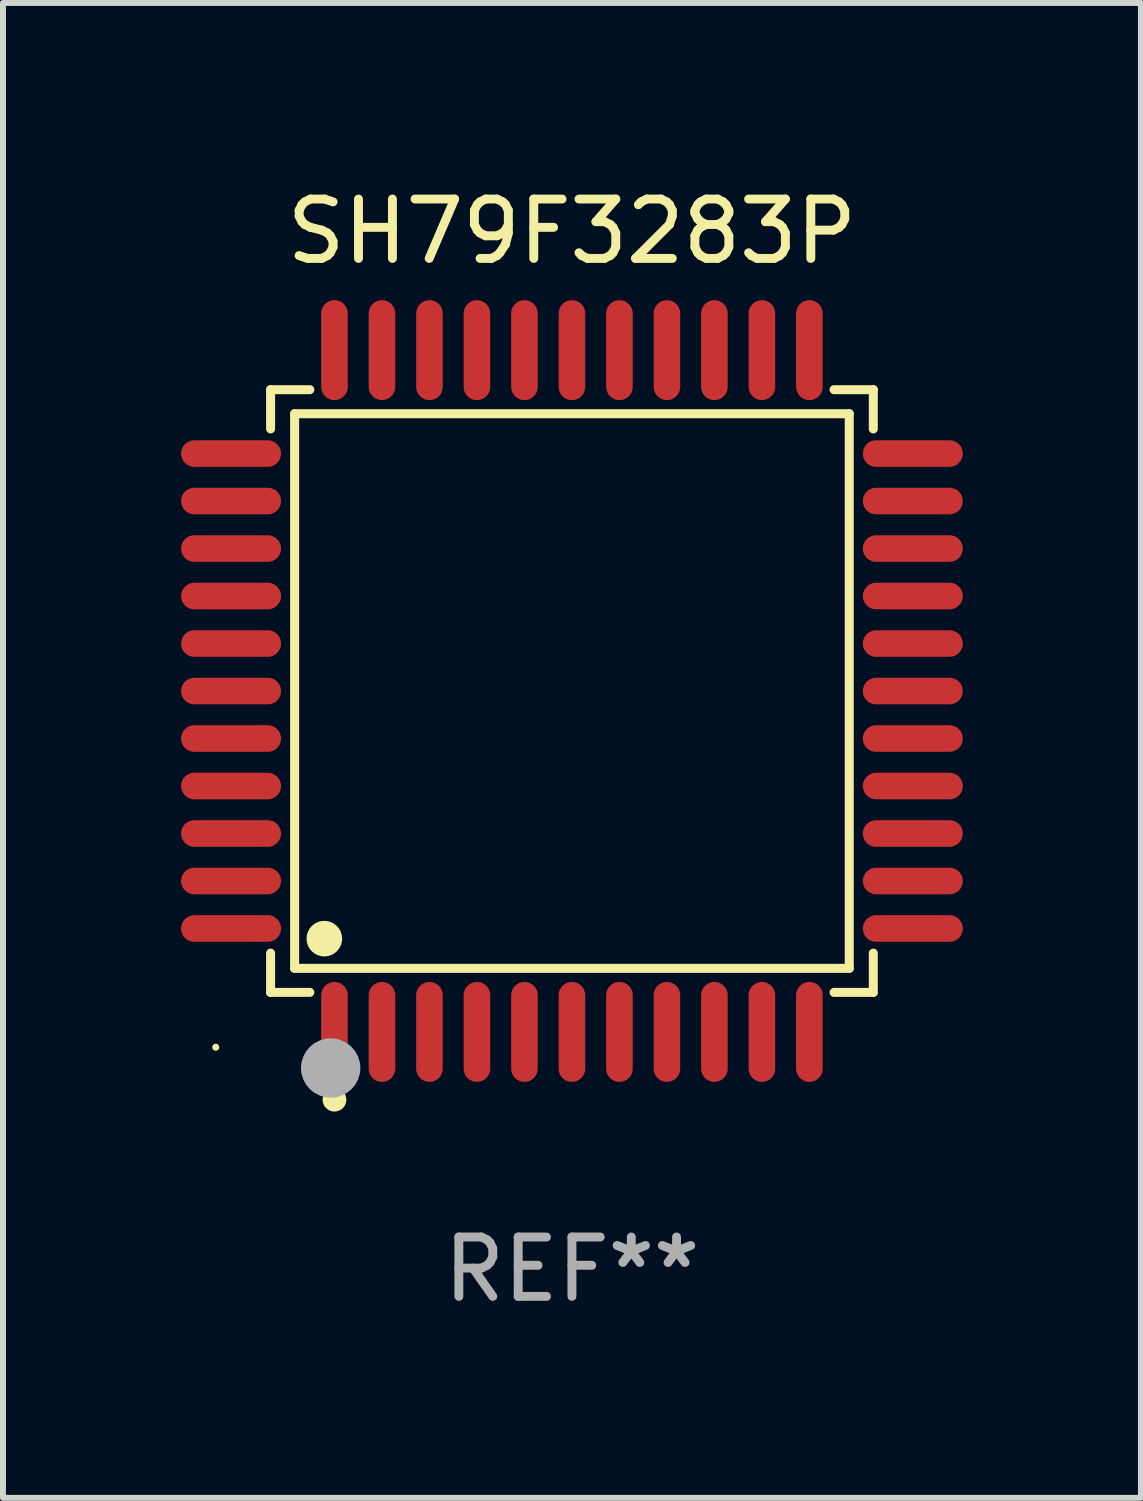
<source format=kicad_pcb>
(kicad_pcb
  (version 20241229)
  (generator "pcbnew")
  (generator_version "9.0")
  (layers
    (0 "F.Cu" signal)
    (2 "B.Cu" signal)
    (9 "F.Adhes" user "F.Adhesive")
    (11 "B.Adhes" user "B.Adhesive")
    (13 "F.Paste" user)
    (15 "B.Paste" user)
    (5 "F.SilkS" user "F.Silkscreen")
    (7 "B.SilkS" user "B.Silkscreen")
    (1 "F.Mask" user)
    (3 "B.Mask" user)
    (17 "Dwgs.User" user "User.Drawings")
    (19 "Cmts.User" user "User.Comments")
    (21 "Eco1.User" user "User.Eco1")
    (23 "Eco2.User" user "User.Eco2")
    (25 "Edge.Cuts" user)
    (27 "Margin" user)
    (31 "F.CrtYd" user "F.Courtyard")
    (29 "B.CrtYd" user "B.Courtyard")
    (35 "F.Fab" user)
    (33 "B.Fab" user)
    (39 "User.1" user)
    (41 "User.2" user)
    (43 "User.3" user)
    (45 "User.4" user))
  (footprint "SH79F3283P"
    (layer "F.Cu")
    (at 6.584 8.59)
    (property "Reference" "SH79F3283P" (at 0 -7.742 0) (layer "F.SilkS") (effects (font (size 1 1) (thickness 0.15))))
    (attr through_hole)
    (fp_line (start -5.076 -5.076) (end -4.415 -5.076) (stroke (width 0.152) (type solid)) (layer "F.SilkS"))
    (fp_line (start -5.076 -4.415) (end -5.076 -5.076) (stroke (width 0.152) (type solid)) (layer "F.SilkS"))
    (fp_line (start -5.076 4.415) (end -5.076 5.076) (stroke (width 0.152) (type solid)) (layer "F.SilkS"))
    (fp_line (start -5.076 5.076) (end -4.415 5.076) (stroke (width 0.152) (type solid)) (layer "F.SilkS"))
    (fp_line (start -4.671 -4.671) (end 4.671 -4.671) (stroke (width 0.152) (type solid)) (layer "F.SilkS"))
    (fp_line (start -4.671 4.671) (end -4.671 -4.671) (stroke (width 0.152) (type solid)) (layer "F.SilkS"))
    (fp_line (start 4.671 -4.671) (end 4.671 4.671) (stroke (width 0.152) (type solid)) (layer "F.SilkS"))
    (fp_line (start 4.671 4.671) (end -4.671 4.671) (stroke (width 0.152) (type solid)) (layer "F.SilkS"))
    (fp_line (start 5.076 -5.076) (end 4.415 -5.076) (stroke (width 0.152) (type solid)) (layer "F.SilkS"))
    (fp_line (start 5.076 -4.415) (end 5.076 -5.076) (stroke (width 0.152) (type solid)) (layer "F.SilkS"))
    (fp_line (start 5.076 4.415) (end 5.076 5.076) (stroke (width 0.152) (type solid)) (layer "F.SilkS"))
    (fp_line (start 5.076 5.076) (end 4.415 5.076) (stroke (width 0.152) (type solid)) (layer "F.SilkS"))
    (fp_circle (center -6 6) (end -5.97 6) (stroke (width 0.06) (type solid)) (fill no) (layer "F.SilkS"))
    (fp_circle (center -4.171 4.171) (end -4.021 4.171) (stroke (width 0.3) (type solid)) (fill no) (layer "F.SilkS"))
    (fp_circle (center -4 6.884) (end -3.9 6.884) (stroke (width 0.2) (type solid)) (fill no) (layer "F.SilkS"))
    (fp_circle (center -4.064 6.35) (end -3.814 6.35) (stroke (width 0.5) (type solid)) (fill no) (layer "F.Fab"))
    (fp_text user "REF**" (at 0 9.742 0) (layer "F.Fab") (effects (font (size 1 1) (thickness 0.15))))
    (pad "1" smd oval (at -4 5.742) (size 0.448 1.684) (layers "F.Cu" "F.Mask" "F.Paste"))
    (pad "2" smd oval (at -3.2 5.742) (size 0.448 1.684) (layers "F.Cu" "F.Mask" "F.Paste"))
    (pad "3" smd oval (at -2.4 5.742) (size 0.448 1.684) (layers "F.Cu" "F.Mask" "F.Paste"))
    (pad "4" smd oval (at -1.6 5.742) (size 0.448 1.684) (layers "F.Cu" "F.Mask" "F.Paste"))
    (pad "5" smd oval (at -0.8 5.742) (size 0.448 1.684) (layers "F.Cu" "F.Mask" "F.Paste"))
    (pad "6" smd oval (at 0 5.742) (size 0.448 1.684) (layers "F.Cu" "F.Mask" "F.Paste"))
    (pad "7" smd oval (at 0.8 5.742) (size 0.448 1.684) (layers "F.Cu" "F.Mask" "F.Paste"))
    (pad "8" smd oval (at 1.6 5.742) (size 0.448 1.684) (layers "F.Cu" "F.Mask" "F.Paste"))
    (pad "9" smd oval (at 2.4 5.742) (size 0.448 1.684) (layers "F.Cu" "F.Mask" "F.Paste"))
    (pad "10" smd oval (at 3.2 5.742) (size 0.448 1.684) (layers "F.Cu" "F.Mask" "F.Paste"))
    (pad "11" smd oval (at 4 5.742) (size 0.448 1.684) (layers "F.Cu" "F.Mask" "F.Paste"))
    (pad "12" smd oval (at 5.742 4) (size 1.684 0.448) (layers "F.Cu" "F.Mask" "F.Paste"))
    (pad "13" smd oval (at 5.742 3.2) (size 1.684 0.448) (layers "F.Cu" "F.Mask" "F.Paste"))
    (pad "14" smd oval (at 5.742 2.4) (size 1.684 0.448) (layers "F.Cu" "F.Mask" "F.Paste"))
    (pad "15" smd oval (at 5.742 1.6) (size 1.684 0.448) (layers "F.Cu" "F.Mask" "F.Paste"))
    (pad "16" smd oval (at 5.742 0.8) (size 1.684 0.448) (layers "F.Cu" "F.Mask" "F.Paste"))
    (pad "17" smd oval (at 5.742 0) (size 1.684 0.448) (layers "F.Cu" "F.Mask" "F.Paste"))
    (pad "18" smd oval (at 5.742 -0.8) (size 1.684 0.448) (layers "F.Cu" "F.Mask" "F.Paste"))
    (pad "19" smd oval (at 5.742 -1.6) (size 1.684 0.448) (layers "F.Cu" "F.Mask" "F.Paste"))
    (pad "20" smd oval (at 5.742 -2.4) (size 1.684 0.448) (layers "F.Cu" "F.Mask" "F.Paste"))
    (pad "21" smd oval (at 5.742 -3.2) (size 1.684 0.448) (layers "F.Cu" "F.Mask" "F.Paste"))
    (pad "22" smd oval (at 5.742 -4) (size 1.684 0.448) (layers "F.Cu" "F.Mask" "F.Paste"))
    (pad "23" smd oval (at 4 -5.742) (size 0.448 1.684) (layers "F.Cu" "F.Mask" "F.Paste"))
    (pad "24" smd oval (at 3.2 -5.742) (size 0.448 1.684) (layers "F.Cu" "F.Mask" "F.Paste"))
    (pad "25" smd oval (at 2.4 -5.742) (size 0.448 1.684) (layers "F.Cu" "F.Mask" "F.Paste"))
    (pad "26" smd oval (at 1.6 -5.742) (size 0.448 1.684) (layers "F.Cu" "F.Mask" "F.Paste"))
    (pad "27" smd oval (at 0.8 -5.742) (size 0.448 1.684) (layers "F.Cu" "F.Mask" "F.Paste"))
    (pad "28" smd oval (at 0 -5.742) (size 0.448 1.684) (layers "F.Cu" "F.Mask" "F.Paste"))
    (pad "29" smd oval (at -0.8 -5.742) (size 0.448 1.684) (layers "F.Cu" "F.Mask" "F.Paste"))
    (pad "30" smd oval (at -1.6 -5.742) (size 0.448 1.684) (layers "F.Cu" "F.Mask" "F.Paste"))
    (pad "31" smd oval (at -2.4 -5.742) (size 0.448 1.684) (layers "F.Cu" "F.Mask" "F.Paste"))
    (pad "32" smd oval (at -3.2 -5.742) (size 0.448 1.684) (layers "F.Cu" "F.Mask" "F.Paste"))
    (pad "33" smd oval (at -4 -5.742) (size 0.448 1.684) (layers "F.Cu" "F.Mask" "F.Paste"))
    (pad "34" smd oval (at -5.742 -4) (size 1.684 0.448) (layers "F.Cu" "F.Mask" "F.Paste"))
    (pad "35" smd oval (at -5.742 -3.2) (size 1.684 0.448) (layers "F.Cu" "F.Mask" "F.Paste"))
    (pad "36" smd oval (at -5.742 -2.4) (size 1.684 0.448) (layers "F.Cu" "F.Mask" "F.Paste"))
    (pad "37" smd oval (at -5.742 -1.6) (size 1.684 0.448) (layers "F.Cu" "F.Mask" "F.Paste"))
    (pad "38" smd oval (at -5.742 -0.8) (size 1.684 0.448) (layers "F.Cu" "F.Mask" "F.Paste"))
    (pad "39" smd oval (at -5.742 0) (size 1.684 0.448) (layers "F.Cu" "F.Mask" "F.Paste"))
    (pad "40" smd oval (at -5.742 0.8) (size 1.684 0.448) (layers "F.Cu" "F.Mask" "F.Paste"))
    (pad "41" smd oval (at -5.742 1.6) (size 1.684 0.448) (layers "F.Cu" "F.Mask" "F.Paste"))
    (pad "42" smd oval (at -5.742 2.4) (size 1.684 0.448) (layers "F.Cu" "F.Mask" "F.Paste"))
    (pad "43" smd oval (at -5.742 3.2) (size 1.684 0.448) (layers "F.Cu" "F.Mask" "F.Paste"))
    (pad "44" smd oval (at -5.742 4) (size 1.684 0.448) (layers "F.Cu" "F.Mask" "F.Paste")))
  (gr_rect
    (start -3 -3)
    (end 16.168 22.18)
    (stroke (width 0.1) (type default))
    (fill no)
    (layer "Edge.Cuts")))
</source>
